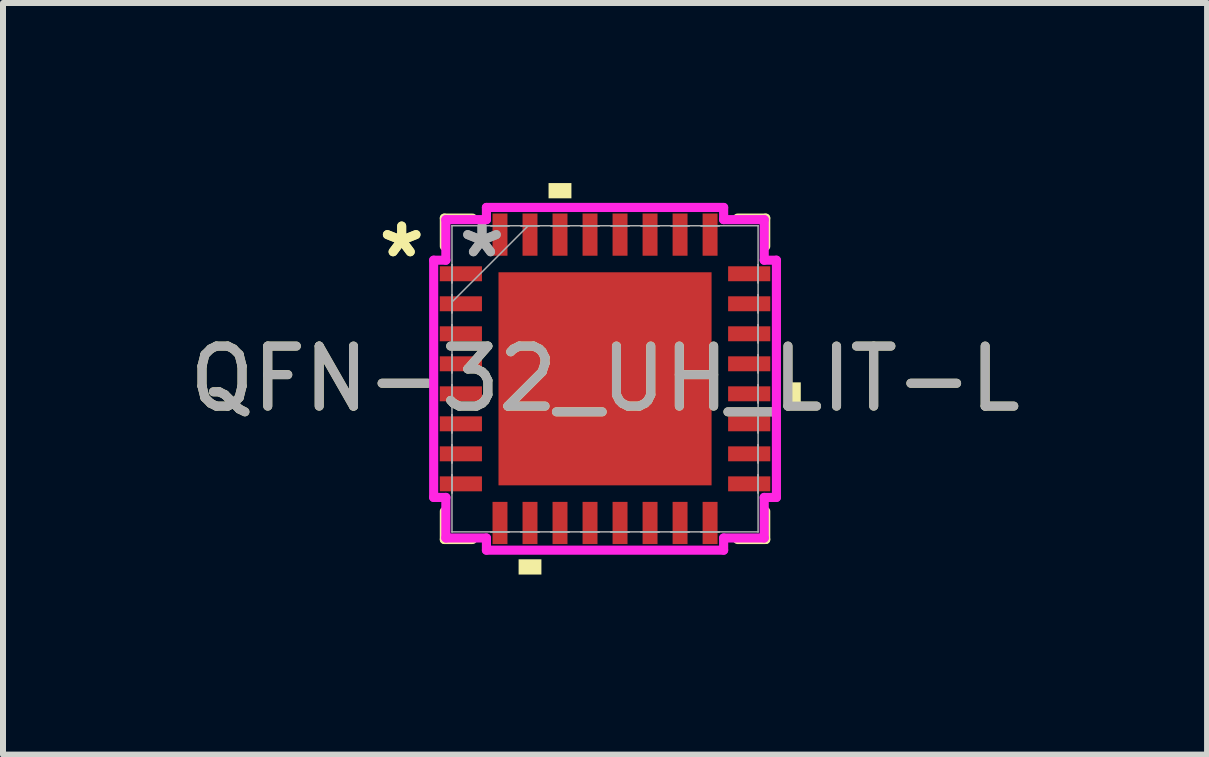
<source format=kicad_pcb>
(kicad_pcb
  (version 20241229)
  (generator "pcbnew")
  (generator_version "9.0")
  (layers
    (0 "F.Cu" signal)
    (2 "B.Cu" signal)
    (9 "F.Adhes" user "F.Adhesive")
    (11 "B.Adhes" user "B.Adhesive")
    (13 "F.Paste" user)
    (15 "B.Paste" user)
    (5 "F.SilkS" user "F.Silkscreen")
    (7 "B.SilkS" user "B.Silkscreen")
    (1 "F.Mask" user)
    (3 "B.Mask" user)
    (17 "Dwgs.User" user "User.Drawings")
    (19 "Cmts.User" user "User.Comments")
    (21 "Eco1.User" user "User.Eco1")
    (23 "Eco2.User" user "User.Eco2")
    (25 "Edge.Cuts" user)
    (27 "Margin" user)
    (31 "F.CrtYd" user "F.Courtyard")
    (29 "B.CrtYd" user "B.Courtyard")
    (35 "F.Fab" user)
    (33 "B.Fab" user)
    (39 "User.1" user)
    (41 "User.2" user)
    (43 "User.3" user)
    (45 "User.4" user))
  (footprint "QFN-32_UH_LIT-L"
    (layer "F.Cu")
    (at 7.03 3.261)
    (property "Reference" "QFN-32_UH_LIT-L" (at 0 0 0) (unlocked yes) (layer "F.SilkS") (effects (font (size 1 1) (thickness 0.15))))
    (attr smd)
    (fp_line (start -2.677 -2.677) (end -2.677 -2.207) (stroke (width 0.152) (type solid)) (layer "F.SilkS"))
    (fp_line (start -2.677 2.207) (end -2.677 2.677) (stroke (width 0.152) (type solid)) (layer "F.SilkS"))
    (fp_line (start -2.677 2.677) (end -2.207 2.677) (stroke (width 0.152) (type solid)) (layer "F.SilkS"))
    (fp_line (start -2.207 -2.677) (end -2.677 -2.677) (stroke (width 0.152) (type solid)) (layer "F.SilkS"))
    (fp_line (start 2.207 2.677) (end 2.677 2.677) (stroke (width 0.152) (type solid)) (layer "F.SilkS"))
    (fp_line (start 2.677 -2.677) (end 2.207 -2.677) (stroke (width 0.152) (type solid)) (layer "F.SilkS"))
    (fp_line (start 2.677 -2.207) (end 2.677 -2.677) (stroke (width 0.152) (type solid)) (layer "F.SilkS"))
    (fp_line (start 2.677 2.677) (end 2.677 2.207) (stroke (width 0.152) (type solid)) (layer "F.SilkS"))
    (fp_poly (pts (xy -1.44 3.007) (xy -1.44 3.261) (xy -1.06 3.261) (xy -1.06 3.007)) (stroke (width 0) (type solid)) (fill yes) (layer "F.SilkS"))
    (fp_poly (pts (xy -0.941 -3.007) (xy -0.941 -3.261) (xy -0.56 -3.261) (xy -0.56 -3.007)) (stroke (width 0) (type solid)) (fill yes) (layer "F.SilkS"))
    (fp_poly (pts (xy 3.261 0.059) (xy 3.261 0.441) (xy 3.007 0.441) (xy 3.007 0.059)) (stroke (width 0) (type solid)) (fill yes) (layer "F.SilkS"))
    (fp_poly (pts (xy -1.675 -1.675) (xy -1.675 -0.1) (xy -0.1 -0.1) (xy -0.1 -1.675)) (stroke (width 0) (type solid)) (fill yes) (layer "F.Paste"))
    (fp_poly (pts (xy -1.675 0.1) (xy -1.675 1.675) (xy -0.1 1.675) (xy -0.1 0.1)) (stroke (width 0) (type solid)) (fill yes) (layer "F.Paste"))
    (fp_poly (pts (xy 0.1 -1.675) (xy 0.1 -0.1) (xy 1.675 -0.1) (xy 1.675 -1.675)) (stroke (width 0) (type solid)) (fill yes) (layer "F.Paste"))
    (fp_poly (pts (xy 0.1 0.1) (xy 0.1 1.675) (xy 1.675 1.675) (xy 1.675 0.1)) (stroke (width 0) (type solid)) (fill yes) (layer "F.Paste"))
    (fp_line (start -2.855 -1.976) (end -2.652 -1.976) (stroke (width 0.152) (type solid)) (layer "F.CrtYd"))
    (fp_line (start -2.855 1.976) (end -2.855 -1.976) (stroke (width 0.152) (type solid)) (layer "F.CrtYd"))
    (fp_line (start -2.652 -2.652) (end -1.976 -2.652) (stroke (width 0.152) (type solid)) (layer "F.CrtYd"))
    (fp_line (start -2.652 -1.976) (end -2.652 -2.652) (stroke (width 0.152) (type solid)) (layer "F.CrtYd"))
    (fp_line (start -2.652 1.976) (end -2.855 1.976) (stroke (width 0.152) (type solid)) (layer "F.CrtYd"))
    (fp_line (start -2.652 2.652) (end -2.652 1.976) (stroke (width 0.152) (type solid)) (layer "F.CrtYd"))
    (fp_line (start -1.976 -2.855) (end 1.976 -2.855) (stroke (width 0.152) (type solid)) (layer "F.CrtYd"))
    (fp_line (start -1.976 -2.652) (end -1.976 -2.855) (stroke (width 0.152) (type solid)) (layer "F.CrtYd"))
    (fp_line (start -1.976 2.652) (end -2.652 2.652) (stroke (width 0.152) (type solid)) (layer "F.CrtYd"))
    (fp_line (start -1.976 2.855) (end -1.976 2.652) (stroke (width 0.152) (type solid)) (layer "F.CrtYd"))
    (fp_line (start 1.976 -2.855) (end 1.976 -2.652) (stroke (width 0.152) (type solid)) (layer "F.CrtYd"))
    (fp_line (start 1.976 -2.652) (end 2.652 -2.652) (stroke (width 0.152) (type solid)) (layer "F.CrtYd"))
    (fp_line (start 1.976 2.652) (end 1.976 2.855) (stroke (width 0.152) (type solid)) (layer "F.CrtYd"))
    (fp_line (start 1.976 2.855) (end -1.976 2.855) (stroke (width 0.152) (type solid)) (layer "F.CrtYd"))
    (fp_line (start 2.652 -2.652) (end 2.652 -1.976) (stroke (width 0.152) (type solid)) (layer "F.CrtYd"))
    (fp_line (start 2.652 -1.976) (end 2.855 -1.976) (stroke (width 0.152) (type solid)) (layer "F.CrtYd"))
    (fp_line (start 2.652 1.976) (end 2.652 2.652) (stroke (width 0.152) (type solid)) (layer "F.CrtYd"))
    (fp_line (start 2.652 2.652) (end 1.976 2.652) (stroke (width 0.152) (type solid)) (layer "F.CrtYd"))
    (fp_line (start 2.855 -1.976) (end 2.855 1.976) (stroke (width 0.152) (type solid)) (layer "F.CrtYd"))
    (fp_line (start 2.855 1.976) (end 2.652 1.976) (stroke (width 0.152) (type solid)) (layer "F.CrtYd"))
    (fp_line (start -2.55 -2.55) (end -2.55 -2.55) (stroke (width 0.025) (type solid)) (layer "F.Fab"))
    (fp_line (start -2.55 -2.55) (end -2.55 2.55) (stroke (width 0.025) (type solid)) (layer "F.Fab"))
    (fp_line (start -2.55 -1.9) (end -2.55 -1.9) (stroke (width 0.025) (type solid)) (layer "F.Fab"))
    (fp_line (start -2.55 -1.9) (end -2.55 -1.6) (stroke (width 0.025) (type solid)) (layer "F.Fab"))
    (fp_line (start -2.55 -1.6) (end -2.55 -1.9) (stroke (width 0.025) (type solid)) (layer "F.Fab"))
    (fp_line (start -2.55 -1.6) (end -2.55 -1.6) (stroke (width 0.025) (type solid)) (layer "F.Fab"))
    (fp_line (start -2.55 -1.4) (end -2.55 -1.4) (stroke (width 0.025) (type solid)) (layer "F.Fab"))
    (fp_line (start -2.55 -1.4) (end -2.55 -1.1) (stroke (width 0.025) (type solid)) (layer "F.Fab"))
    (fp_line (start -2.55 -1.28) (end -1.28 -2.55) (stroke (width 0.025) (type solid)) (layer "F.Fab"))
    (fp_line (start -2.55 -1.1) (end -2.55 -1.4) (stroke (width 0.025) (type solid)) (layer "F.Fab"))
    (fp_line (start -2.55 -1.1) (end -2.55 -1.1) (stroke (width 0.025) (type solid)) (layer "F.Fab"))
    (fp_line (start -2.55 -0.9) (end -2.55 -0.9) (stroke (width 0.025) (type solid)) (layer "F.Fab"))
    (fp_line (start -2.55 -0.9) (end -2.55 -0.6) (stroke (width 0.025) (type solid)) (layer "F.Fab"))
    (fp_line (start -2.55 -0.6) (end -2.55 -0.9) (stroke (width 0.025) (type solid)) (layer "F.Fab"))
    (fp_line (start -2.55 -0.6) (end -2.55 -0.6) (stroke (width 0.025) (type solid)) (layer "F.Fab"))
    (fp_line (start -2.55 -0.4) (end -2.55 -0.4) (stroke (width 0.025) (type solid)) (layer "F.Fab"))
    (fp_line (start -2.55 -0.4) (end -2.55 -0.1) (stroke (width 0.025) (type solid)) (layer "F.Fab"))
    (fp_line (start -2.55 -0.1) (end -2.55 -0.4) (stroke (width 0.025) (type solid)) (layer "F.Fab"))
    (fp_line (start -2.55 -0.1) (end -2.55 -0.1) (stroke (width 0.025) (type solid)) (layer "F.Fab"))
    (fp_line (start -2.55 0.1) (end -2.55 0.1) (stroke (width 0.025) (type solid)) (layer "F.Fab"))
    (fp_line (start -2.55 0.1) (end -2.55 0.4) (stroke (width 0.025) (type solid)) (layer "F.Fab"))
    (fp_line (start -2.55 0.4) (end -2.55 0.1) (stroke (width 0.025) (type solid)) (layer "F.Fab"))
    (fp_line (start -2.55 0.4) (end -2.55 0.4) (stroke (width 0.025) (type solid)) (layer "F.Fab"))
    (fp_line (start -2.55 0.6) (end -2.55 0.6) (stroke (width 0.025) (type solid)) (layer "F.Fab"))
    (fp_line (start -2.55 0.6) (end -2.55 0.9) (stroke (width 0.025) (type solid)) (layer "F.Fab"))
    (fp_line (start -2.55 0.9) (end -2.55 0.6) (stroke (width 0.025) (type solid)) (layer "F.Fab"))
    (fp_line (start -2.55 0.9) (end -2.55 0.9) (stroke (width 0.025) (type solid)) (layer "F.Fab"))
    (fp_line (start -2.55 1.1) (end -2.55 1.1) (stroke (width 0.025) (type solid)) (layer "F.Fab"))
    (fp_line (start -2.55 1.1) (end -2.55 1.4) (stroke (width 0.025) (type solid)) (layer "F.Fab"))
    (fp_line (start -2.55 1.4) (end -2.55 1.1) (stroke (width 0.025) (type solid)) (layer "F.Fab"))
    (fp_line (start -2.55 1.4) (end -2.55 1.4) (stroke (width 0.025) (type solid)) (layer "F.Fab"))
    (fp_line (start -2.55 1.6) (end -2.55 1.6) (stroke (width 0.025) (type solid)) (layer "F.Fab"))
    (fp_line (start -2.55 1.6) (end -2.55 1.9) (stroke (width 0.025) (type solid)) (layer "F.Fab"))
    (fp_line (start -2.55 1.9) (end -2.55 1.6) (stroke (width 0.025) (type solid)) (layer "F.Fab"))
    (fp_line (start -2.55 1.9) (end -2.55 1.9) (stroke (width 0.025) (type solid)) (layer "F.Fab"))
    (fp_line (start -2.55 2.55) (end -2.55 2.55) (stroke (width 0.025) (type solid)) (layer "F.Fab"))
    (fp_line (start -2.55 2.55) (end 2.55 2.55) (stroke (width 0.025) (type solid)) (layer "F.Fab"))
    (fp_line (start -1.9 -2.55) (end -1.9 -2.55) (stroke (width 0.025) (type solid)) (layer "F.Fab"))
    (fp_line (start -1.9 -2.55) (end -1.6 -2.55) (stroke (width 0.025) (type solid)) (layer "F.Fab"))
    (fp_line (start -1.9 2.55) (end -1.9 2.55) (stroke (width 0.025) (type solid)) (layer "F.Fab"))
    (fp_line (start -1.9 2.55) (end -1.6 2.55) (stroke (width 0.025) (type solid)) (layer "F.Fab"))
    (fp_line (start -1.6 -2.55) (end -1.9 -2.55) (stroke (width 0.025) (type solid)) (layer "F.Fab"))
    (fp_line (start -1.6 -2.55) (end -1.6 -2.55) (stroke (width 0.025) (type solid)) (layer "F.Fab"))
    (fp_line (start -1.6 2.55) (end -1.9 2.55) (stroke (width 0.025) (type solid)) (layer "F.Fab"))
    (fp_line (start -1.6 2.55) (end -1.6 2.55) (stroke (width 0.025) (type solid)) (layer "F.Fab"))
    (fp_line (start -1.4 -2.55) (end -1.4 -2.55) (stroke (width 0.025) (type solid)) (layer "F.Fab"))
    (fp_line (start -1.4 -2.55) (end -1.1 -2.55) (stroke (width 0.025) (type solid)) (layer "F.Fab"))
    (fp_line (start -1.4 2.55) (end -1.4 2.55) (stroke (width 0.025) (type solid)) (layer "F.Fab"))
    (fp_line (start -1.4 2.55) (end -1.1 2.55) (stroke (width 0.025) (type solid)) (layer "F.Fab"))
    (fp_line (start -1.1 -2.55) (end -1.4 -2.55) (stroke (width 0.025) (type solid)) (layer "F.Fab"))
    (fp_line (start -1.1 -2.55) (end -1.1 -2.55) (stroke (width 0.025) (type solid)) (layer "F.Fab"))
    (fp_line (start -1.1 2.55) (end -1.4 2.55) (stroke (width 0.025) (type solid)) (layer "F.Fab"))
    (fp_line (start -1.1 2.55) (end -1.1 2.55) (stroke (width 0.025) (type solid)) (layer "F.Fab"))
    (fp_line (start -0.9 -2.55) (end -0.9 -2.55) (stroke (width 0.025) (type solid)) (layer "F.Fab"))
    (fp_line (start -0.9 -2.55) (end -0.6 -2.55) (stroke (width 0.025) (type solid)) (layer "F.Fab"))
    (fp_line (start -0.9 2.55) (end -0.9 2.55) (stroke (width 0.025) (type solid)) (layer "F.Fab"))
    (fp_line (start -0.9 2.55) (end -0.6 2.55) (stroke (width 0.025) (type solid)) (layer "F.Fab"))
    (fp_line (start -0.6 -2.55) (end -0.9 -2.55) (stroke (width 0.025) (type solid)) (layer "F.Fab"))
    (fp_line (start -0.6 -2.55) (end -0.6 -2.55) (stroke (width 0.025) (type solid)) (layer "F.Fab"))
    (fp_line (start -0.6 2.55) (end -0.9 2.55) (stroke (width 0.025) (type solid)) (layer "F.Fab"))
    (fp_line (start -0.6 2.55) (end -0.6 2.55) (stroke (width 0.025) (type solid)) (layer "F.Fab"))
    (fp_line (start -0.4 -2.55) (end -0.4 -2.55) (stroke (width 0.025) (type solid)) (layer "F.Fab"))
    (fp_line (start -0.4 -2.55) (end -0.1 -2.55) (stroke (width 0.025) (type solid)) (layer "F.Fab"))
    (fp_line (start -0.4 2.55) (end -0.4 2.55) (stroke (width 0.025) (type solid)) (layer "F.Fab"))
    (fp_line (start -0.4 2.55) (end -0.1 2.55) (stroke (width 0.025) (type solid)) (layer "F.Fab"))
    (fp_line (start -0.1 -2.55) (end -0.4 -2.55) (stroke (width 0.025) (type solid)) (layer "F.Fab"))
    (fp_line (start -0.1 -2.55) (end -0.1 -2.55) (stroke (width 0.025) (type solid)) (layer "F.Fab"))
    (fp_line (start -0.1 2.55) (end -0.4 2.55) (stroke (width 0.025) (type solid)) (layer "F.Fab"))
    (fp_line (start -0.1 2.55) (end -0.1 2.55) (stroke (width 0.025) (type solid)) (layer "F.Fab"))
    (fp_line (start 0.1 -2.55) (end 0.1 -2.55) (stroke (width 0.025) (type solid)) (layer "F.Fab"))
    (fp_line (start 0.1 -2.55) (end 0.4 -2.55) (stroke (width 0.025) (type solid)) (layer "F.Fab"))
    (fp_line (start 0.1 2.55) (end 0.1 2.55) (stroke (width 0.025) (type solid)) (layer "F.Fab"))
    (fp_line (start 0.1 2.55) (end 0.4 2.55) (stroke (width 0.025) (type solid)) (layer "F.Fab"))
    (fp_line (start 0.4 -2.55) (end 0.1 -2.55) (stroke (width 0.025) (type solid)) (layer "F.Fab"))
    (fp_line (start 0.4 -2.55) (end 0.4 -2.55) (stroke (width 0.025) (type solid)) (layer "F.Fab"))
    (fp_line (start 0.4 2.55) (end 0.1 2.55) (stroke (width 0.025) (type solid)) (layer "F.Fab"))
    (fp_line (start 0.4 2.55) (end 0.4 2.55) (stroke (width 0.025) (type solid)) (layer "F.Fab"))
    (fp_line (start 0.6 -2.55) (end 0.6 -2.55) (stroke (width 0.025) (type solid)) (layer "F.Fab"))
    (fp_line (start 0.6 -2.55) (end 0.9 -2.55) (stroke (width 0.025) (type solid)) (layer "F.Fab"))
    (fp_line (start 0.6 2.55) (end 0.6 2.55) (stroke (width 0.025) (type solid)) (layer "F.Fab"))
    (fp_line (start 0.6 2.55) (end 0.9 2.55) (stroke (width 0.025) (type solid)) (layer "F.Fab"))
    (fp_line (start 0.9 -2.55) (end 0.6 -2.55) (stroke (width 0.025) (type solid)) (layer "F.Fab"))
    (fp_line (start 0.9 -2.55) (end 0.9 -2.55) (stroke (width 0.025) (type solid)) (layer "F.Fab"))
    (fp_line (start 0.9 2.55) (end 0.6 2.55) (stroke (width 0.025) (type solid)) (layer "F.Fab"))
    (fp_line (start 0.9 2.55) (end 0.9 2.55) (stroke (width 0.025) (type solid)) (layer "F.Fab"))
    (fp_line (start 1.1 -2.55) (end 1.1 -2.55) (stroke (width 0.025) (type solid)) (layer "F.Fab"))
    (fp_line (start 1.1 -2.55) (end 1.4 -2.55) (stroke (width 0.025) (type solid)) (layer "F.Fab"))
    (fp_line (start 1.1 2.55) (end 1.1 2.55) (stroke (width 0.025) (type solid)) (layer "F.Fab"))
    (fp_line (start 1.1 2.55) (end 1.4 2.55) (stroke (width 0.025) (type solid)) (layer "F.Fab"))
    (fp_line (start 1.4 -2.55) (end 1.1 -2.55) (stroke (width 0.025) (type solid)) (layer "F.Fab"))
    (fp_line (start 1.4 -2.55) (end 1.4 -2.55) (stroke (width 0.025) (type solid)) (layer "F.Fab"))
    (fp_line (start 1.4 2.55) (end 1.1 2.55) (stroke (width 0.025) (type solid)) (layer "F.Fab"))
    (fp_line (start 1.4 2.55) (end 1.4 2.55) (stroke (width 0.025) (type solid)) (layer "F.Fab"))
    (fp_line (start 1.6 -2.55) (end 1.6 -2.55) (stroke (width 0.025) (type solid)) (layer "F.Fab"))
    (fp_line (start 1.6 -2.55) (end 1.9 -2.55) (stroke (width 0.025) (type solid)) (layer "F.Fab"))
    (fp_line (start 1.6 2.55) (end 1.6 2.55) (stroke (width 0.025) (type solid)) (layer "F.Fab"))
    (fp_line (start 1.6 2.55) (end 1.9 2.55) (stroke (width 0.025) (type solid)) (layer "F.Fab"))
    (fp_line (start 1.9 -2.55) (end 1.6 -2.55) (stroke (width 0.025) (type solid)) (layer "F.Fab"))
    (fp_line (start 1.9 -2.55) (end 1.9 -2.55) (stroke (width 0.025) (type solid)) (layer "F.Fab"))
    (fp_line (start 1.9 2.55) (end 1.6 2.55) (stroke (width 0.025) (type solid)) (layer "F.Fab"))
    (fp_line (start 1.9 2.55) (end 1.9 2.55) (stroke (width 0.025) (type solid)) (layer "F.Fab"))
    (fp_line (start 2.55 -2.55) (end -2.55 -2.55) (stroke (width 0.025) (type solid)) (layer "F.Fab"))
    (fp_line (start 2.55 -2.55) (end 2.55 -2.55) (stroke (width 0.025) (type solid)) (layer "F.Fab"))
    (fp_line (start 2.55 -1.9) (end 2.55 -1.9) (stroke (width 0.025) (type solid)) (layer "F.Fab"))
    (fp_line (start 2.55 -1.9) (end 2.55 -1.6) (stroke (width 0.025) (type solid)) (layer "F.Fab"))
    (fp_line (start 2.55 -1.6) (end 2.55 -1.9) (stroke (width 0.025) (type solid)) (layer "F.Fab"))
    (fp_line (start 2.55 -1.6) (end 2.55 -1.6) (stroke (width 0.025) (type solid)) (layer "F.Fab"))
    (fp_line (start 2.55 -1.4) (end 2.55 -1.4) (stroke (width 0.025) (type solid)) (layer "F.Fab"))
    (fp_line (start 2.55 -1.4) (end 2.55 -1.1) (stroke (width 0.025) (type solid)) (layer "F.Fab"))
    (fp_line (start 2.55 -1.1) (end 2.55 -1.4) (stroke (width 0.025) (type solid)) (layer "F.Fab"))
    (fp_line (start 2.55 -1.1) (end 2.55 -1.1) (stroke (width 0.025) (type solid)) (layer "F.Fab"))
    (fp_line (start 2.55 -0.9) (end 2.55 -0.9) (stroke (width 0.025) (type solid)) (layer "F.Fab"))
    (fp_line (start 2.55 -0.9) (end 2.55 -0.6) (stroke (width 0.025) (type solid)) (layer "F.Fab"))
    (fp_line (start 2.55 -0.6) (end 2.55 -0.9) (stroke (width 0.025) (type solid)) (layer "F.Fab"))
    (fp_line (start 2.55 -0.6) (end 2.55 -0.6) (stroke (width 0.025) (type solid)) (layer "F.Fab"))
    (fp_line (start 2.55 -0.4) (end 2.55 -0.4) (stroke (width 0.025) (type solid)) (layer "F.Fab"))
    (fp_line (start 2.55 -0.4) (end 2.55 -0.1) (stroke (width 0.025) (type solid)) (layer "F.Fab"))
    (fp_line (start 2.55 -0.1) (end 2.55 -0.4) (stroke (width 0.025) (type solid)) (layer "F.Fab"))
    (fp_line (start 2.55 -0.1) (end 2.55 -0.1) (stroke (width 0.025) (type solid)) (layer "F.Fab"))
    (fp_line (start 2.55 0.1) (end 2.55 0.1) (stroke (width 0.025) (type solid)) (layer "F.Fab"))
    (fp_line (start 2.55 0.1) (end 2.55 0.4) (stroke (width 0.025) (type solid)) (layer "F.Fab"))
    (fp_line (start 2.55 0.4) (end 2.55 0.1) (stroke (width 0.025) (type solid)) (layer "F.Fab"))
    (fp_line (start 2.55 0.4) (end 2.55 0.4) (stroke (width 0.025) (type solid)) (layer "F.Fab"))
    (fp_line (start 2.55 0.6) (end 2.55 0.6) (stroke (width 0.025) (type solid)) (layer "F.Fab"))
    (fp_line (start 2.55 0.6) (end 2.55 0.9) (stroke (width 0.025) (type solid)) (layer "F.Fab"))
    (fp_line (start 2.55 0.9) (end 2.55 0.6) (stroke (width 0.025) (type solid)) (layer "F.Fab"))
    (fp_line (start 2.55 0.9) (end 2.55 0.9) (stroke (width 0.025) (type solid)) (layer "F.Fab"))
    (fp_line (start 2.55 1.1) (end 2.55 1.1) (stroke (width 0.025) (type solid)) (layer "F.Fab"))
    (fp_line (start 2.55 1.1) (end 2.55 1.4) (stroke (width 0.025) (type solid)) (layer "F.Fab"))
    (fp_line (start 2.55 1.4) (end 2.55 1.1) (stroke (width 0.025) (type solid)) (layer "F.Fab"))
    (fp_line (start 2.55 1.4) (end 2.55 1.4) (stroke (width 0.025) (type solid)) (layer "F.Fab"))
    (fp_line (start 2.55 1.6) (end 2.55 1.6) (stroke (width 0.025) (type solid)) (layer "F.Fab"))
    (fp_line (start 2.55 1.6) (end 2.55 1.9) (stroke (width 0.025) (type solid)) (layer "F.Fab"))
    (fp_line (start 2.55 1.9) (end 2.55 1.6) (stroke (width 0.025) (type solid)) (layer "F.Fab"))
    (fp_line (start 2.55 1.9) (end 2.55 1.9) (stroke (width 0.025) (type solid)) (layer "F.Fab"))
    (fp_line (start 2.55 2.55) (end 2.55 -2.55) (stroke (width 0.025) (type solid)) (layer "F.Fab"))
    (fp_line (start 2.55 2.55) (end 2.55 2.55) (stroke (width 0.025) (type solid)) (layer "F.Fab"))
    (fp_text user "*" (at -3.388 -2 0) (layer "F.SilkS") (effects (font (size 1 1) (thickness 0.15))))
    (fp_text user "*" (at -3.388 -2 0) (unlocked yes) (layer "F.SilkS") (effects (font (size 1 1) (thickness 0.15))))
    (fp_text user "*" (at -2.05 -2 0) (layer "F.Fab") (effects (font (size 1 1) (thickness 0.15))))
    (fp_text user "*" (at -2.05 -2 0) (unlocked yes) (layer "F.Fab") (effects (font (size 1 1) (thickness 0.15))))
    (fp_text user "${REFERENCE}" (at 0 0 0) (unlocked yes) (layer "F.Fab") (effects (font (size 1 1) (thickness 0.15))))
    (pad "1" smd rect (at -2.402 -1.75 90) (size 0.249 0.703) (layers "F.Cu" "F.Mask" "F.Paste"))
    (pad "2" smd rect (at -2.402 -1.25 90) (size 0.249 0.703) (layers "F.Cu" "F.Mask" "F.Paste"))
    (pad "3" smd rect (at -2.402 -0.75 90) (size 0.249 0.703) (layers "F.Cu" "F.Mask" "F.Paste"))
    (pad "4" smd rect (at -2.402 -0.25 90) (size 0.249 0.703) (layers "F.Cu" "F.Mask" "F.Paste"))
    (pad "5" smd rect (at -2.402 0.25 90) (size 0.249 0.703) (layers "F.Cu" "F.Mask" "F.Paste"))
    (pad "6" smd rect (at -2.402 0.75 90) (size 0.249 0.703) (layers "F.Cu" "F.Mask" "F.Paste"))
    (pad "7" smd rect (at -2.402 1.25 90) (size 0.249 0.703) (layers "F.Cu" "F.Mask" "F.Paste"))
    (pad "8" smd rect (at -2.402 1.75 90) (size 0.249 0.703) (layers "F.Cu" "F.Mask" "F.Paste"))
    (pad "9" smd rect (at -1.75 2.402) (size 0.249 0.703) (layers "F.Cu" "F.Mask" "F.Paste"))
    (pad "10" smd rect (at -1.25 2.402) (size 0.249 0.703) (layers "F.Cu" "F.Mask" "F.Paste"))
    (pad "11" smd rect (at -0.75 2.402) (size 0.249 0.703) (layers "F.Cu" "F.Mask" "F.Paste"))
    (pad "12" smd rect (at -0.25 2.402) (size 0.249 0.703) (layers "F.Cu" "F.Mask" "F.Paste"))
    (pad "13" smd rect (at 0.25 2.402) (size 0.249 0.703) (layers "F.Cu" "F.Mask" "F.Paste"))
    (pad "14" smd rect (at 0.75 2.402) (size 0.249 0.703) (layers "F.Cu" "F.Mask" "F.Paste"))
    (pad "15" smd rect (at 1.25 2.402) (size 0.249 0.703) (layers "F.Cu" "F.Mask" "F.Paste"))
    (pad "16" smd rect (at 1.75 2.402) (size 0.249 0.703) (layers "F.Cu" "F.Mask" "F.Paste"))
    (pad "17" smd rect (at 2.402 1.75 90) (size 0.249 0.703) (layers "F.Cu" "F.Mask" "F.Paste"))
    (pad "18" smd rect (at 2.402 1.25 90) (size 0.249 0.703) (layers "F.Cu" "F.Mask" "F.Paste"))
    (pad "19" smd rect (at 2.402 0.75 90) (size 0.249 0.703) (layers "F.Cu" "F.Mask" "F.Paste"))
    (pad "20" smd rect (at 2.402 0.25 90) (size 0.249 0.703) (layers "F.Cu" "F.Mask" "F.Paste"))
    (pad "21" smd rect (at 2.402 -0.25 90) (size 0.249 0.703) (layers "F.Cu" "F.Mask" "F.Paste"))
    (pad "22" smd rect (at 2.402 -0.75 90) (size 0.249 0.703) (layers "F.Cu" "F.Mask" "F.Paste"))
    (pad "23" smd rect (at 2.402 -1.25 90) (size 0.249 0.703) (layers "F.Cu" "F.Mask" "F.Paste"))
    (pad "24" smd rect (at 2.402 -1.75 90) (size 0.249 0.703) (layers "F.Cu" "F.Mask" "F.Paste"))
    (pad "25" smd rect (at 1.75 -2.402) (size 0.249 0.703) (layers "F.Cu" "F.Mask" "F.Paste"))
    (pad "26" smd rect (at 1.25 -2.402) (size 0.249 0.703) (layers "F.Cu" "F.Mask" "F.Paste"))
    (pad "27" smd rect (at 0.75 -2.402) (size 0.249 0.703) (layers "F.Cu" "F.Mask" "F.Paste"))
    (pad "28" smd rect (at 0.25 -2.402) (size 0.249 0.703) (layers "F.Cu" "F.Mask" "F.Paste"))
    (pad "29" smd rect (at -0.25 -2.402) (size 0.249 0.703) (layers "F.Cu" "F.Mask" "F.Paste"))
    (pad "30" smd rect (at -0.75 -2.402) (size 0.249 0.703) (layers "F.Cu" "F.Mask" "F.Paste"))
    (pad "31" smd rect (at -1.25 -2.402) (size 0.249 0.703) (layers "F.Cu" "F.Mask" "F.Paste"))
    (pad "32" smd rect (at -1.75 -2.402) (size 0.249 0.703) (layers "F.Cu" "F.Mask" "F.Paste"))
    (pad "33" smd rect (at 0 0) (size 3.55 3.55) (layers "F.Cu" "F.Mask" "F.Paste")))
  (gr_rect
    (start -3 -3)
    (end 17.06 9.522)
    (stroke (width 0.1) (type default))
    (fill no)
    (layer "Edge.Cuts")))
</source>
